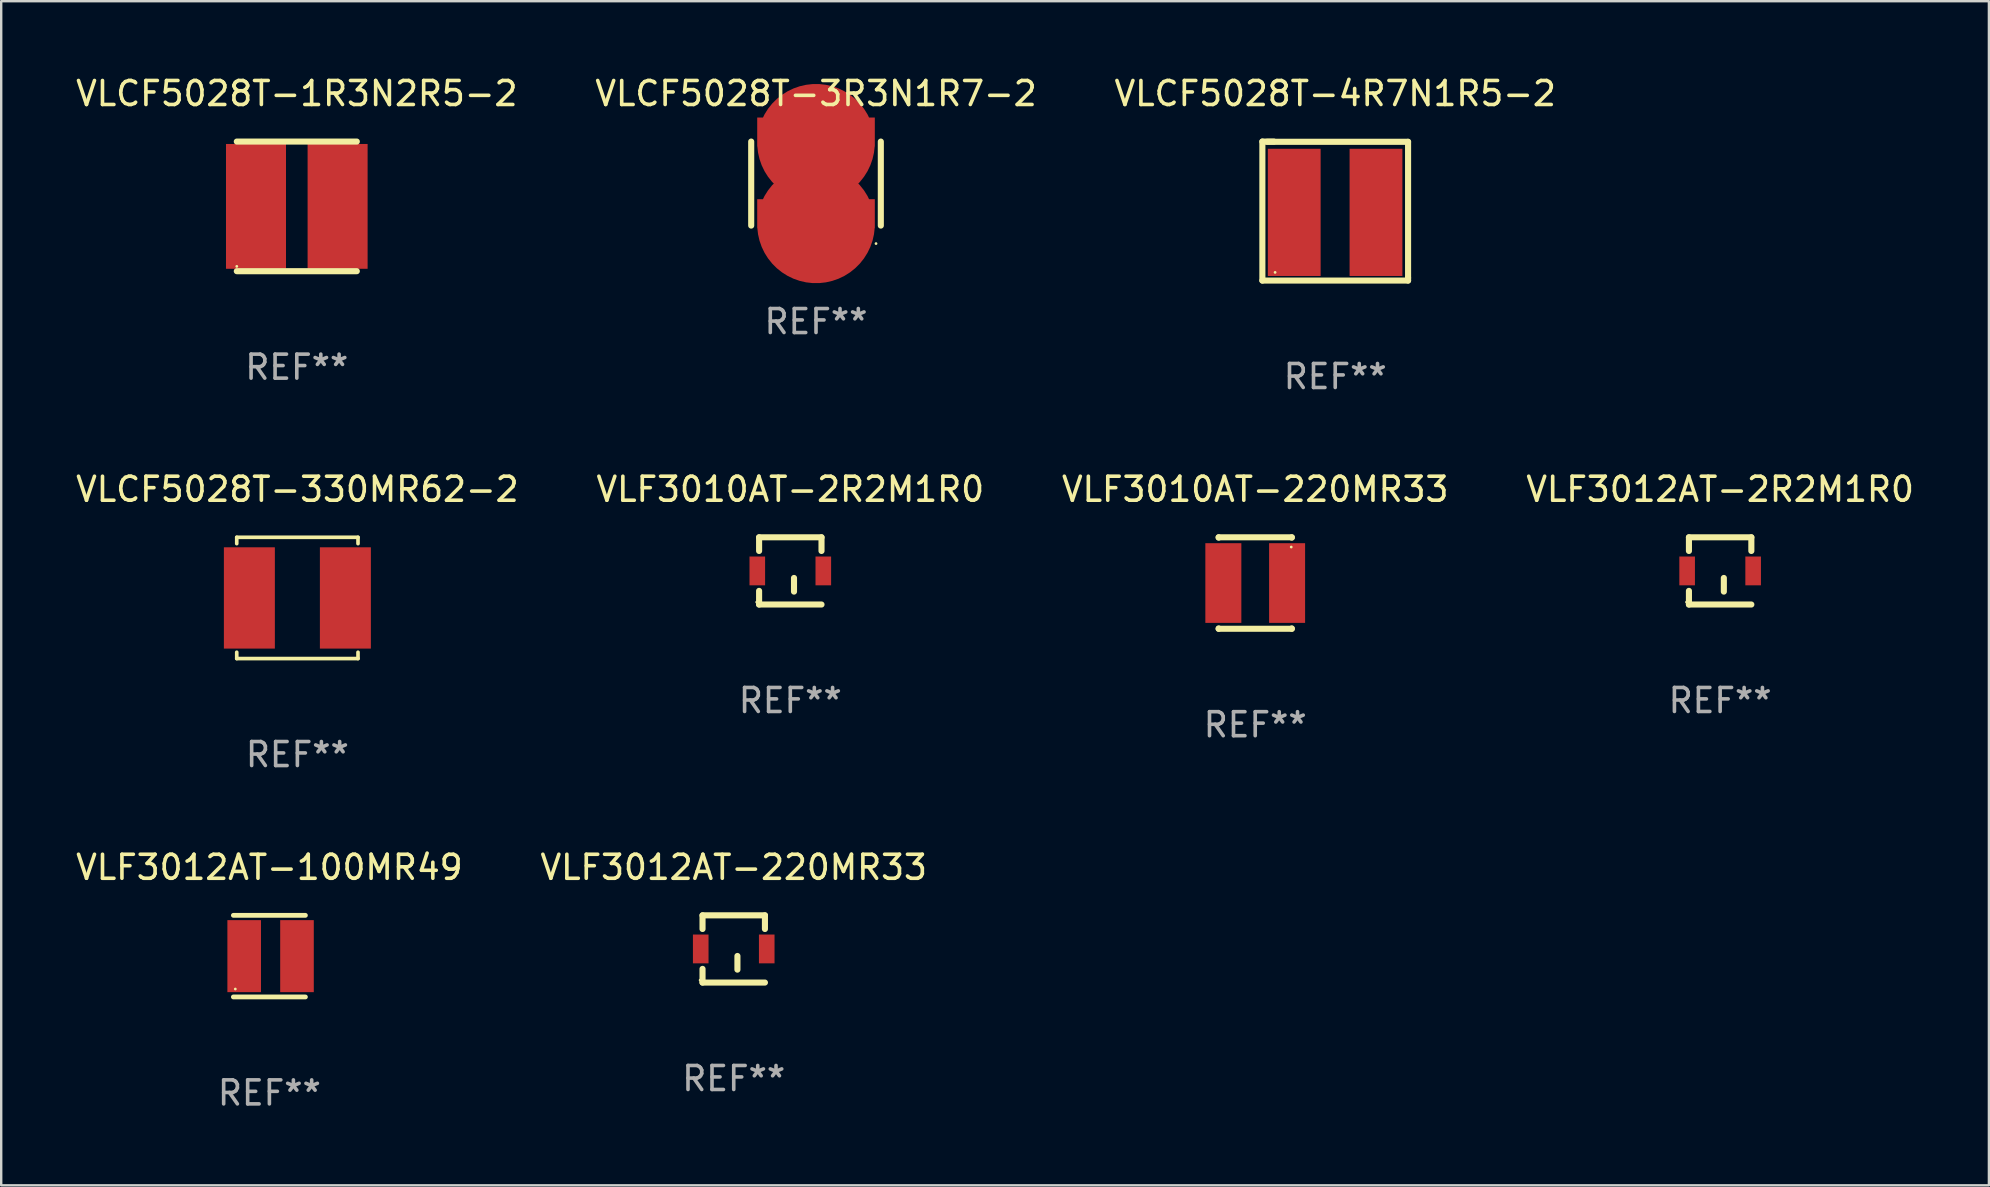
<source format=kicad_pcb>
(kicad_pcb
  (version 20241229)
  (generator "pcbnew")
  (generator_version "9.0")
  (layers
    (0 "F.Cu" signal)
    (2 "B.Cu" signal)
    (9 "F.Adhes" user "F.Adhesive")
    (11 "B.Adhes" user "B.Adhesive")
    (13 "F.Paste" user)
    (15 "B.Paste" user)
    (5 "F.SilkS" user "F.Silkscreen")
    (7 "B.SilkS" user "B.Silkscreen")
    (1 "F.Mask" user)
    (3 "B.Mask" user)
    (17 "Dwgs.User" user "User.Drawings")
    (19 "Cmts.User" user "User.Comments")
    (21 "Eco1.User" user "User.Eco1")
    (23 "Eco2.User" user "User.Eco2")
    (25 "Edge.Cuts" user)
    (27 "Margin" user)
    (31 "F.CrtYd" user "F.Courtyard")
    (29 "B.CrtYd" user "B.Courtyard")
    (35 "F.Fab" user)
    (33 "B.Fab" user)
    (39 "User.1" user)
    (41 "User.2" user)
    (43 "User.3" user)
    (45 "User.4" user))
  (footprint "VLCF5028T-3R3N1R7-2"
    (layer "F.Cu")
    (at 30.946 4.598)
    (property "Reference" "VLCF5028T-3R3N1R7-2" (at 0 -3.75 0) (layer "F.SilkS") (effects (font (size 1 1) (thickness 0.15))))
    (attr through_hole)
    (fp_line (start -2.7 1.75) (end -2.7 -1.75) (stroke (width 0.254) (type solid)) (layer "F.SilkS"))
    (fp_line (start 2.7 -1.75) (end 2.7 1.75) (stroke (width 0.254) (type solid)) (layer "F.SilkS"))
    (fp_circle (center 2.5 2.5) (end 2.53 2.5) (stroke (width 0.06) (type solid)) (fill no) (layer "F.SilkS"))
    (fp_text user "REF**" (at 0 5.75 0) (layer "F.Fab") (effects (font (size 1 1) (thickness 0.15))))
    (pad "1" smd custom (at 0 1.7) (size 4.9 2.1) (layers "F.Cu" "F.Mask" "F.Paste") (options (anchor circle)) (primitives (gr_poly (pts (xy -2.45 -1.05) (xy 2.45 -1.05) (xy 2.45 0.15) (xy 1.5 1.05) (xy -1.5 1.05) (xy -2.45 0.15)) (width 0) (fill yes))))
    (pad "2" smd custom (at 0 -1.7 180) (size 4.9 2.1) (layers "F.Cu" "F.Mask" "F.Paste") (options (anchor circle)) (primitives (gr_poly (pts (xy 2.45 1.05) (xy -2.45 1.05) (xy -2.45 -0.15) (xy -1.5 -1.05) (xy 1.5 -1.05) (xy 2.45 -0.15)) (width 0) (fill yes)))))
  (footprint "VLCF5028T-1R3N2R5-2"
    (layer "F.Cu")
    (at 9.315 5.548)
    (property "Reference" "VLCF5028T-1R3N2R5-2" (at 0 -4.7 0) (layer "F.SilkS") (effects (font (size 1 1) (thickness 0.15))))
    (attr through_hole)
    (fp_line (start -2.5 -2.7) (end 2.5 -2.7) (stroke (width 0.254) (type solid)) (layer "F.SilkS"))
    (fp_line (start -2.5 2.7) (end 2.5 2.7) (stroke (width 0.254) (type solid)) (layer "F.SilkS"))
    (fp_circle (center -2.5 2.5) (end -2.47 2.5) (stroke (width 0.06) (type solid)) (fill no) (layer "F.SilkS"))
    (fp_text user "REF**" (at 0 6.7 0) (layer "F.Fab") (effects (font (size 1 1) (thickness 0.15))))
    (pad "1" smd rect (at -1.7 0 90) (size 5.2 2.5) (layers "F.Cu" "F.Mask" "F.Paste"))
    (pad "2" smd rect (at 1.7 0 90) (size 5.2 2.5) (layers "F.Cu" "F.Mask" "F.Paste")))
  (footprint "VLCF5028T-4R7N1R5-2"
    (layer "F.Cu")
    (at 52.577 5.743)
    (property "Reference" "VLCF5028T-4R7N1R5-2" (at 0 -4.895 0) (layer "F.SilkS") (effects (font (size 1 1) (thickness 0.15))))
    (attr through_hole)
    (fp_line (start -3.035 -2.895) (end -2.555 -2.895) (stroke (width 0.254) (type solid)) (layer "F.SilkS"))
    (fp_line (start -3.035 2.895) (end -3.035 -2.895) (stroke (width 0.254) (type solid)) (layer "F.SilkS"))
    (fp_line (start -2.845 -2.885) (end 3.035 -2.885) (stroke (width 0.254) (type solid)) (layer "F.SilkS"))
    (fp_line (start 3.035 -2.885) (end 3.035 2.785) (stroke (width 0.254) (type solid)) (layer "F.SilkS"))
    (fp_line (start 3.035 2.785) (end 3.035 2.895) (stroke (width 0.254) (type solid)) (layer "F.SilkS"))
    (fp_line (start 3.035 2.895) (end -3.035 2.895) (stroke (width 0.254) (type solid)) (layer "F.SilkS"))
    (fp_circle (center -2.505 2.555) (end -2.475 2.555) (stroke (width 0.06) (type solid)) (fill no) (layer "F.SilkS"))
    (fp_text user "REF**" (at 0 6.895 0) (layer "F.Fab") (effects (font (size 1 1) (thickness 0.15))))
    (pad "1" smd rect (at -1.708 0.055) (size 2.2 5.3) (layers "F.Cu" "F.Mask" "F.Paste"))
    (pad "2" smd rect (at 1.698 0.055) (size 2.2 5.3) (layers "F.Cu" "F.Mask" "F.Paste")))
  (footprint "VLF3012AT-220MR33"
    (layer "F.Cu")
    (at 27.518 36.484)
    (property "Reference" "VLF3012AT-220MR33" (at 0 -3.4 0) (layer "F.SilkS") (effects (font (size 1 1) (thickness 0.15))))
    (attr through_hole)
    (fp_line (start -1.3 -1.4) (end -1.3 -0.831) (stroke (width 0.254) (type solid)) (layer "F.SilkS"))
    (fp_line (start -1.3 -1.4) (end 1.3 -1.4) (stroke (width 0.254) (type solid)) (layer "F.SilkS"))
    (fp_line (start -1.3 0.831) (end -1.3 1.4) (stroke (width 0.254) (type solid)) (layer "F.SilkS"))
    (fp_line (start 0.154 0.862) (end 0.154 0.293) (stroke (width 0.254) (type solid)) (layer "F.SilkS"))
    (fp_line (start 1.3 -0.831) (end 1.3 -1.4) (stroke (width 0.254) (type solid)) (layer "F.SilkS"))
    (fp_line (start 1.3 1.4) (end -1.3 1.4) (stroke (width 0.254) (type solid)) (layer "F.SilkS"))
    (fp_circle (center -1.4 1.3) (end -1.37 1.3) (stroke (width 0.06) (type solid)) (fill no) (layer "F.SilkS"))
    (fp_text user "REF**" (at 0 5.4 0) (layer "F.Fab") (effects (font (size 1 1) (thickness 0.15))))
    (pad "1" smd rect (at -1.375 0) (size 0.65 1.2) (layers "F.Cu" "F.Mask" "F.Paste"))
    (pad "2" smd rect (at 1.375 0) (size 0.65 1.2) (layers "F.Cu" "F.Mask" "F.Paste")))
  (footprint "VLF3012AT-100MR49"
    (layer "F.Cu")
    (at 8.173 36.784)
    (property "Reference" "VLF3012AT-100MR49" (at 0 -3.7 0) (layer "F.SilkS") (effects (font (size 1 1) (thickness 0.15))))
    (attr through_hole)
    (fp_line (start -1.5 -1.7) (end 1.5 -1.7) (stroke (width 0.2) (type solid)) (layer "F.SilkS"))
    (fp_line (start -1.5 1.7) (end 1.5 1.7) (stroke (width 0.2) (type solid)) (layer "F.SilkS"))
    (fp_circle (center -1.42 1.37) (end -1.39 1.37) (stroke (width 0.06) (type solid)) (fill no) (layer "F.SilkS"))
    (fp_text user "REF**" (at 0 5.7 0) (layer "F.Fab") (effects (font (size 1 1) (thickness 0.15))))
    (pad "1" smd rect (at -1.05 0) (size 1.4 3) (layers "F.Cu" "F.Mask" "F.Paste"))
    (pad "2" smd rect (at 1.15 0) (size 1.4 3) (layers "F.Cu" "F.Mask" "F.Paste")))
  (footprint "VLF3010AT-2R2M1R0"
    (layer "F.Cu")
    (at 29.875 20.735)
    (property "Reference" "VLF3010AT-2R2M1R0" (at 0 -3.4 0) (layer "F.SilkS") (effects (font (size 1 1) (thickness 0.15))))
    (attr through_hole)
    (fp_line (start -1.3 -1.4) (end -1.3 -0.831) (stroke (width 0.254) (type solid)) (layer "F.SilkS"))
    (fp_line (start -1.3 -1.4) (end 1.3 -1.4) (stroke (width 0.254) (type solid)) (layer "F.SilkS"))
    (fp_line (start -1.3 0.831) (end -1.3 1.4) (stroke (width 0.254) (type solid)) (layer "F.SilkS"))
    (fp_line (start 0.154 0.862) (end 0.154 0.293) (stroke (width 0.254) (type solid)) (layer "F.SilkS"))
    (fp_line (start 1.3 -0.831) (end 1.3 -1.4) (stroke (width 0.254) (type solid)) (layer "F.SilkS"))
    (fp_line (start 1.3 1.4) (end -1.3 1.4) (stroke (width 0.254) (type solid)) (layer "F.SilkS"))
    (fp_circle (center -1.4 1.3) (end -1.37 1.3) (stroke (width 0.06) (type solid)) (fill no) (layer "F.SilkS"))
    (fp_text user "REF**" (at 0 5.4 0) (layer "F.Fab") (effects (font (size 1 1) (thickness 0.15))))
    (pad "1" smd rect (at -1.375 0) (size 0.65 1.2) (layers "F.Cu" "F.Mask" "F.Paste"))
    (pad "2" smd rect (at 1.375 0) (size 0.65 1.2) (layers "F.Cu" "F.Mask" "F.Paste")))
  (footprint "VLCF5028T-330MR62-2"
    (layer "F.Cu")
    (at 9.339 21.861)
    (property "Reference" "VLCF5028T-330MR62-2" (at 0 -4.526 0) (layer "F.SilkS") (effects (font (size 1 1) (thickness 0.15))))
    (attr through_hole)
    (fp_line (start -2.526 -2.526) (end 2.526 -2.526) (stroke (width 0.152) (type solid)) (layer "F.SilkS"))
    (fp_line (start -2.526 -2.262) (end -2.526 -2.526) (stroke (width 0.152) (type solid)) (layer "F.SilkS"))
    (fp_line (start -2.526 2.262) (end -2.526 2.526) (stroke (width 0.152) (type solid)) (layer "F.SilkS"))
    (fp_line (start -2.526 2.526) (end 2.526 2.526) (stroke (width 0.152) (type solid)) (layer "F.SilkS"))
    (fp_line (start 2.526 -2.526) (end 2.526 -2.262) (stroke (width 0.152) (type solid)) (layer "F.SilkS"))
    (fp_line (start 2.526 2.526) (end 2.526 2.262) (stroke (width 0.152) (type solid)) (layer "F.SilkS"))
    (fp_circle (center 2.5 -2.5) (end 2.53 -2.5) (stroke (width 0.06) (type solid)) (fill no) (layer "F.SilkS"))
    (fp_text user "REF**" (at 0 6.526 0) (layer "F.Fab") (effects (font (size 1 1) (thickness 0.15))))
    (pad "1" smd rect (at 2 0) (size 2.124 4.22) (layers "F.Cu" "F.Mask" "F.Paste"))
    (pad "2" smd rect (at -2 0) (size 2.124 4.22) (layers "F.Cu" "F.Mask" "F.Paste")))
  (footprint "VLF3010AT-220MR33"
    (layer "F.Cu")
    (at 49.244 21.24)
    (property "Reference" "VLF3010AT-220MR33" (at 0 -3.905 0) (layer "F.SilkS") (effects (font (size 1 1) (thickness 0.15))))
    (attr through_hole)
    (fp_line (start -1.524 -1.905) (end 1.524 -1.905) (stroke (width 0.254) (type solid)) (layer "F.SilkS"))
    (fp_line (start -1.524 -1.891) (end -1.524 -1.905) (stroke (width 0.254) (type solid)) (layer "F.SilkS"))
    (fp_line (start -1.524 1.905) (end -1.524 1.891) (stroke (width 0.254) (type solid)) (layer "F.SilkS"))
    (fp_line (start -1.524 1.905) (end 1.524 1.905) (stroke (width 0.254) (type solid)) (layer "F.SilkS"))
    (fp_line (start 1.524 -1.905) (end 1.524 -1.891) (stroke (width 0.254) (type solid)) (layer "F.SilkS"))
    (fp_line (start 1.524 1.891) (end 1.524 1.905) (stroke (width 0.254) (type solid)) (layer "F.SilkS"))
    (fp_circle (center 1.5 -1.5) (end 1.53 -1.5) (stroke (width 0.06) (type solid)) (fill no) (layer "F.SilkS"))
    (fp_text user "REF**" (at 0 5.905 0) (layer "F.Fab") (effects (font (size 1 1) (thickness 0.15))))
    (pad "1" smd rect (at 1.328 0) (size 1.5 3.32) (layers "F.Cu" "F.Mask" "F.Paste"))
    (pad "2" smd rect (at -1.328 0) (size 1.5 3.32) (layers "F.Cu" "F.Mask" "F.Paste")))
  (footprint "VLF3012AT-2R2M1R0"
    (layer "F.Cu")
    (at 68.613 20.735)
    (property "Reference" "VLF3012AT-2R2M1R0" (at 0 -3.4 0) (layer "F.SilkS") (effects (font (size 1 1) (thickness 0.15))))
    (attr through_hole)
    (fp_line (start -1.3 -1.4) (end -1.3 -0.831) (stroke (width 0.254) (type solid)) (layer "F.SilkS"))
    (fp_line (start -1.3 -1.4) (end 1.3 -1.4) (stroke (width 0.254) (type solid)) (layer "F.SilkS"))
    (fp_line (start -1.3 0.831) (end -1.3 1.4) (stroke (width 0.254) (type solid)) (layer "F.SilkS"))
    (fp_line (start 0.154 0.862) (end 0.154 0.293) (stroke (width 0.254) (type solid)) (layer "F.SilkS"))
    (fp_line (start 1.3 -0.831) (end 1.3 -1.4) (stroke (width 0.254) (type solid)) (layer "F.SilkS"))
    (fp_line (start 1.3 1.4) (end -1.3 1.4) (stroke (width 0.254) (type solid)) (layer "F.SilkS"))
    (fp_circle (center -1.4 1.3) (end -1.37 1.3) (stroke (width 0.06) (type solid)) (fill no) (layer "F.SilkS"))
    (fp_text user "REF**" (at 0 5.4 0) (layer "F.Fab") (effects (font (size 1 1) (thickness 0.15))))
    (pad "1" smd rect (at -1.375 0) (size 0.65 1.2) (layers "F.Cu" "F.Mask" "F.Paste"))
    (pad "2" smd rect (at 1.375 0) (size 0.65 1.2) (layers "F.Cu" "F.Mask" "F.Paste")))
  (gr_rect
    (start -3 -3)
    (end 79.81 46.332)
    (stroke (width 0.1) (type default))
    (fill no)
    (layer "Edge.Cuts")))
</source>
